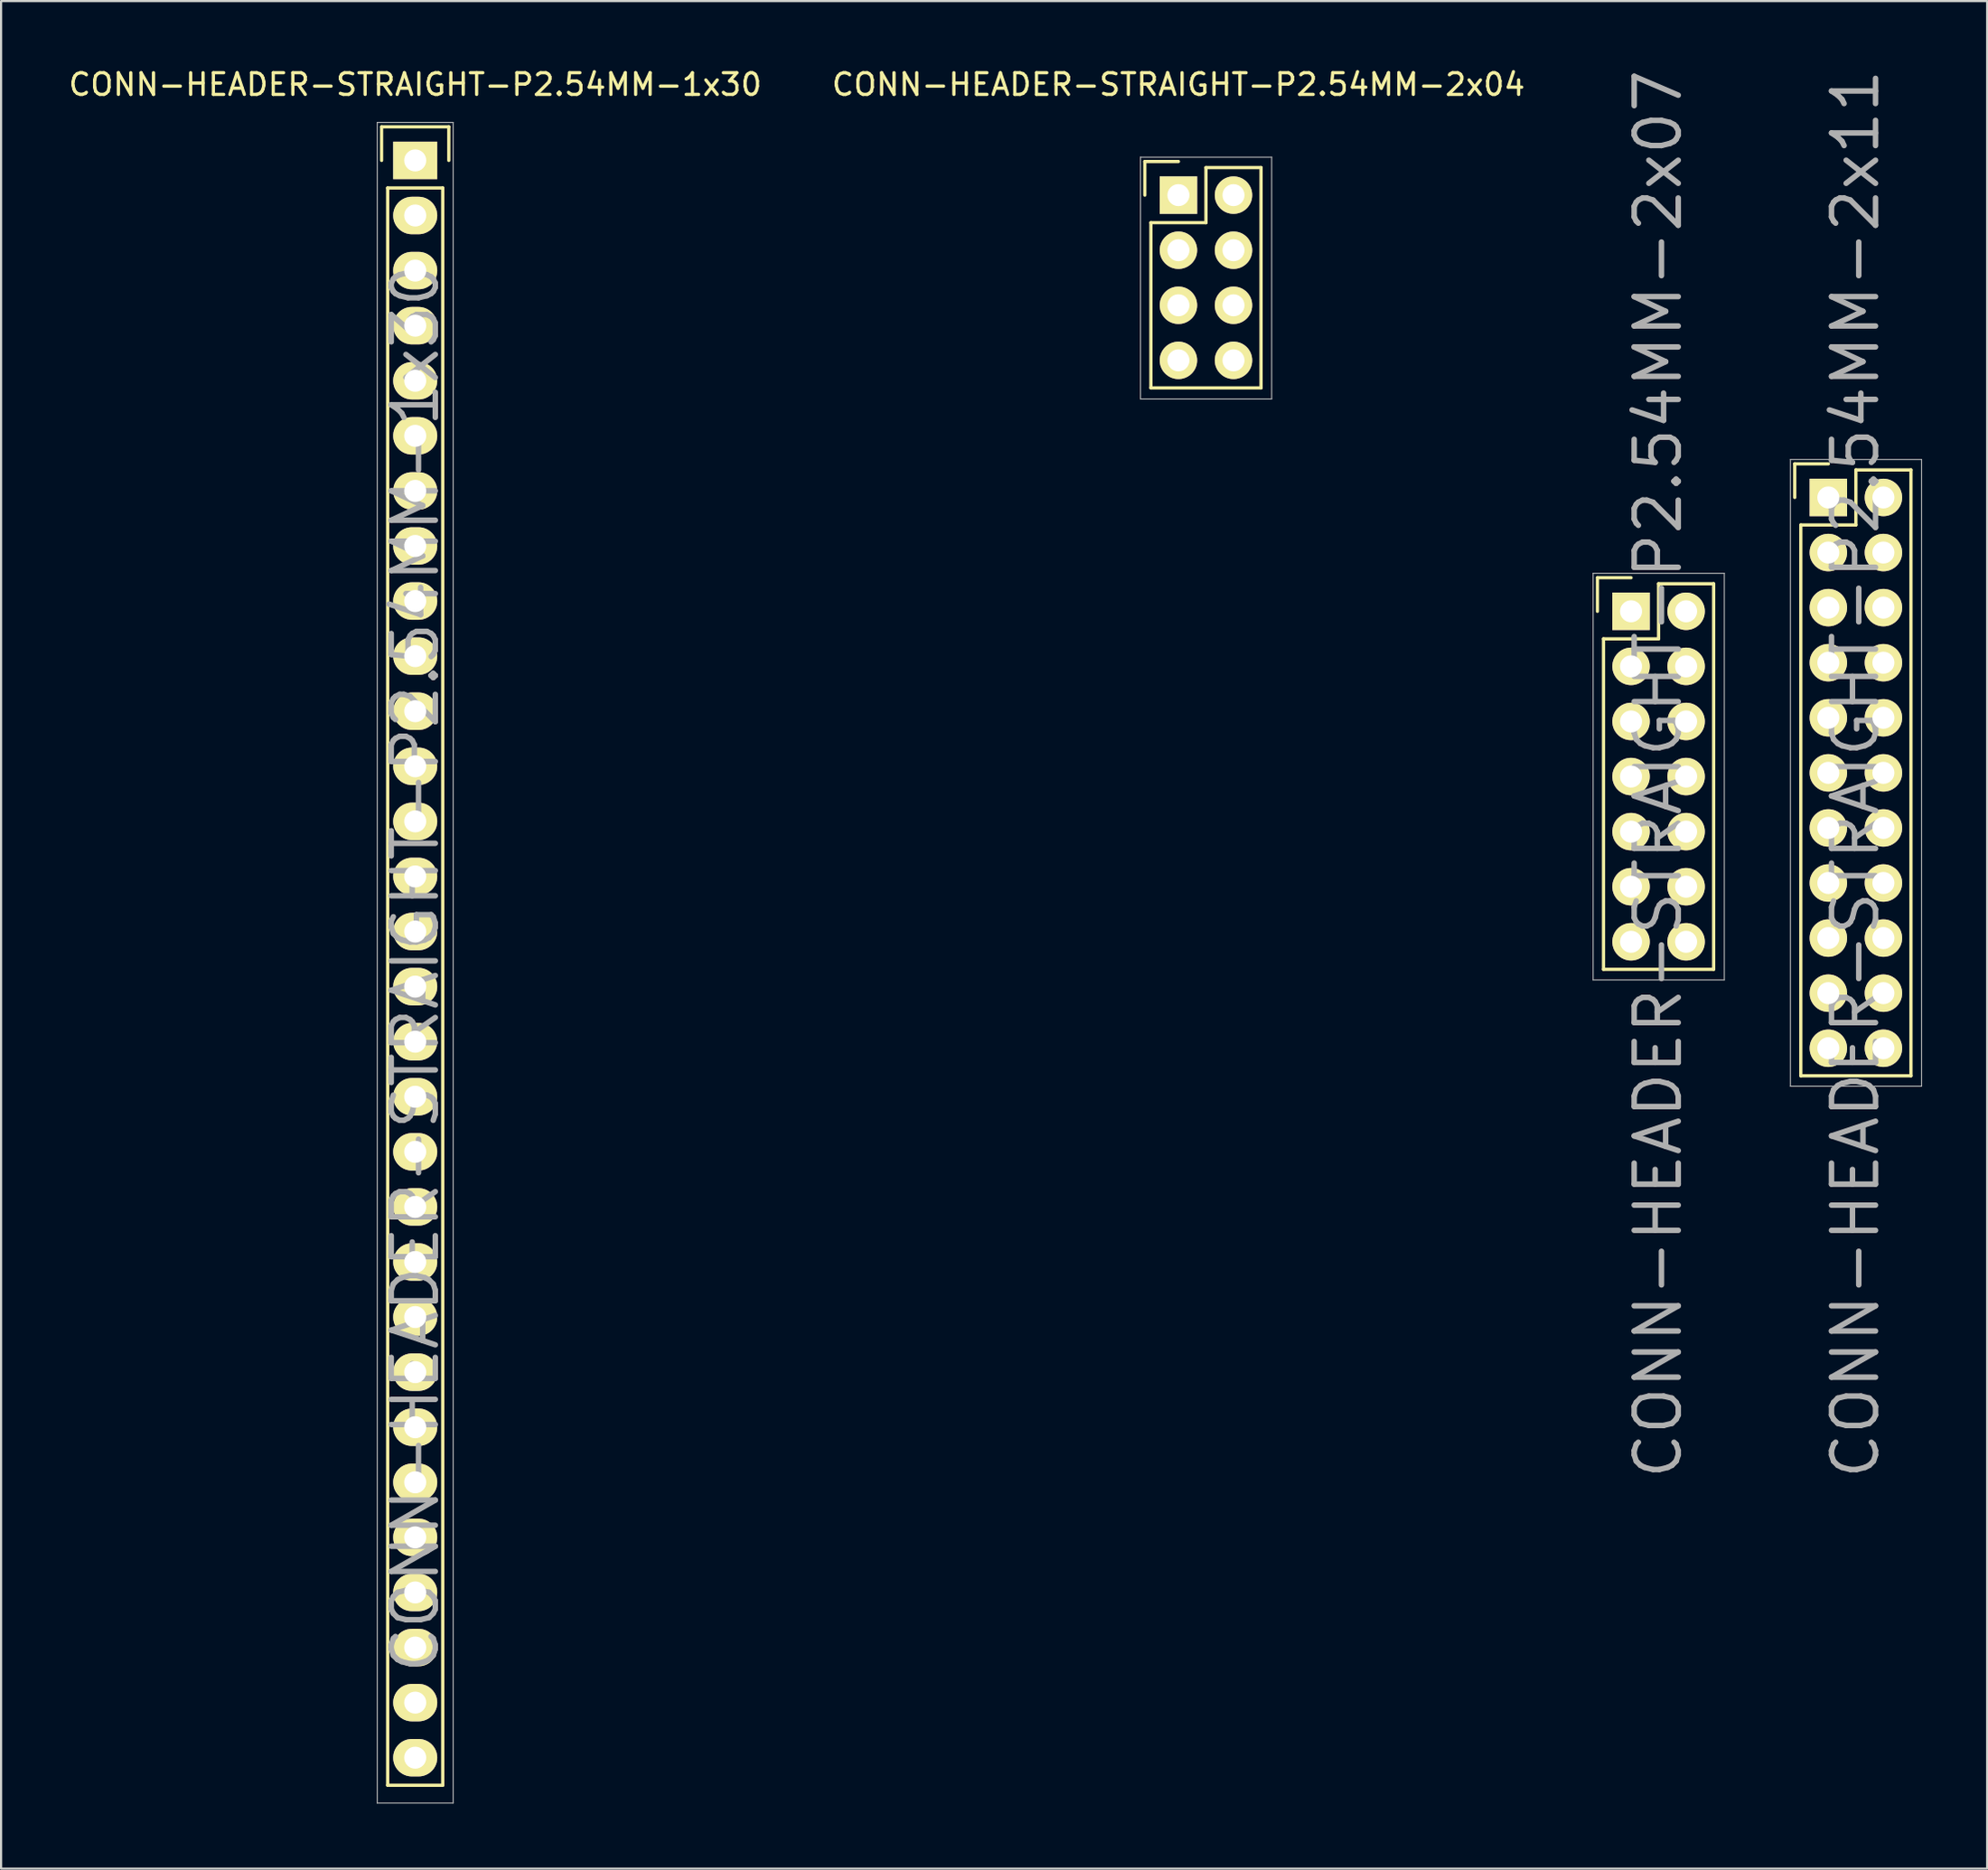
<source format=kicad_pcb>
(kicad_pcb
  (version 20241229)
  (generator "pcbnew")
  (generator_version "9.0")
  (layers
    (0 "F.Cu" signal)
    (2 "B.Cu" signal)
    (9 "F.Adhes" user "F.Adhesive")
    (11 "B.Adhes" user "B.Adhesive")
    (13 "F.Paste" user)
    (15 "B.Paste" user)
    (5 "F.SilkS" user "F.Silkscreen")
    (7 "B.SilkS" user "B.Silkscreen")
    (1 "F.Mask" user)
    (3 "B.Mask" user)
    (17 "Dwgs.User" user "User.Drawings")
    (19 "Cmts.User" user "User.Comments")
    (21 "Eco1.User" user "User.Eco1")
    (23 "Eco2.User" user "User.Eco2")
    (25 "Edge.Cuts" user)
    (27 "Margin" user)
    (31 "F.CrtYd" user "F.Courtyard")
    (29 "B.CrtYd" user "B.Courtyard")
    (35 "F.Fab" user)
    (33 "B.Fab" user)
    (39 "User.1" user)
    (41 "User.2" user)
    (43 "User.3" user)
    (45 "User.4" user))
  (footprint "CONN-HEADER-STRAIGHT-P2.54MM-2x11"
    (layer "F.Cu")
    (at 81.28 19.891)
    (property "Reference" "CONN-HEADER-STRAIGHT-P2.54MM-2x11" (at 1.25 12.75 90) (layer "F.Fab") (effects (font (size 2.032 2.032) (thickness 0.254))))
    (attr through_hole)
    (fp_line (start -1.55 -1.55) (end -1.55 0) (stroke (width 0.15) (type solid)) (layer "F.SilkS"))
    (fp_line (start -1.27 1.27) (end -1.27 26.67) (stroke (width 0.15) (type solid)) (layer "F.SilkS"))
    (fp_line (start 0 -1.55) (end -1.55 -1.55) (stroke (width 0.15) (type solid)) (layer "F.SilkS"))
    (fp_line (start 1.27 -1.27) (end 1.27 1.27) (stroke (width 0.15) (type solid)) (layer "F.SilkS"))
    (fp_line (start 1.27 1.27) (end -1.27 1.27) (stroke (width 0.15) (type solid)) (layer "F.SilkS"))
    (fp_line (start 3.81 -1.27) (end 1.27 -1.27) (stroke (width 0.15) (type solid)) (layer "F.SilkS"))
    (fp_line (start 3.81 26.67) (end -1.27 26.67) (stroke (width 0.15) (type solid)) (layer "F.SilkS"))
    (fp_line (start 3.81 26.67) (end 3.81 -1.27) (stroke (width 0.15) (type solid)) (layer "F.SilkS"))
    (fp_line (start -1.75 -1.75) (end -1.75 27.15) (stroke (width 0.05) (type solid)) (layer "F.Fab"))
    (fp_line (start -1.75 -1.75) (end 4.3 -1.75) (stroke (width 0.05) (type solid)) (layer "F.Fab"))
    (fp_line (start -1.75 27.15) (end 4.3 27.15) (stroke (width 0.05) (type solid)) (layer "F.Fab"))
    (fp_line (start 4.3 -1.75) (end 4.3 27.15) (stroke (width 0.05) (type solid)) (layer "F.Fab"))
    (pad "1" thru_hole rect (at 0 0) (size 1.727 1.727) (drill 1.016) (layers "*.Cu" "*.Mask" "F.SilkS"))
    (pad "2" thru_hole oval (at 2.54 0) (size 1.727 1.727) (drill 1.016) (layers "*.Cu" "*.Mask" "F.SilkS"))
    (pad "3" thru_hole oval (at 0 2.54) (size 1.727 1.727) (drill 1.016) (layers "*.Cu" "*.Mask" "F.SilkS"))
    (pad "4" thru_hole oval (at 2.54 2.54) (size 1.727 1.727) (drill 1.016) (layers "*.Cu" "*.Mask" "F.SilkS"))
    (pad "5" thru_hole oval (at 0 5.08) (size 1.727 1.727) (drill 1.016) (layers "*.Cu" "*.Mask" "F.SilkS"))
    (pad "6" thru_hole oval (at 2.54 5.08) (size 1.727 1.727) (drill 1.016) (layers "*.Cu" "*.Mask" "F.SilkS"))
    (pad "7" thru_hole oval (at 0 7.62) (size 1.727 1.727) (drill 1.016) (layers "*.Cu" "*.Mask" "F.SilkS"))
    (pad "8" thru_hole oval (at 2.54 7.62) (size 1.727 1.727) (drill 1.016) (layers "*.Cu" "*.Mask" "F.SilkS"))
    (pad "9" thru_hole oval (at 0 10.16) (size 1.727 1.727) (drill 1.016) (layers "*.Cu" "*.Mask" "F.SilkS"))
    (pad "10" thru_hole oval (at 2.54 10.16) (size 1.727 1.727) (drill 1.016) (layers "*.Cu" "*.Mask" "F.SilkS"))
    (pad "11" thru_hole oval (at 0 12.7) (size 1.727 1.727) (drill 1.016) (layers "*.Cu" "*.Mask" "F.SilkS"))
    (pad "12" thru_hole oval (at 2.54 12.7) (size 1.727 1.727) (drill 1.016) (layers "*.Cu" "*.Mask" "F.SilkS"))
    (pad "13" thru_hole oval (at 0 15.24) (size 1.727 1.727) (drill 1.016) (layers "*.Cu" "*.Mask" "F.SilkS"))
    (pad "14" thru_hole oval (at 2.54 15.24) (size 1.727 1.727) (drill 1.016) (layers "*.Cu" "*.Mask" "F.SilkS"))
    (pad "15" thru_hole oval (at 0 17.78) (size 1.727 1.727) (drill 1.016) (layers "*.Cu" "*.Mask" "F.SilkS"))
    (pad "16" thru_hole oval (at 2.54 17.78) (size 1.727 1.727) (drill 1.016) (layers "*.Cu" "*.Mask" "F.SilkS"))
    (pad "17" thru_hole oval (at 0 20.32) (size 1.727 1.727) (drill 1.016) (layers "*.Cu" "*.Mask" "F.SilkS"))
    (pad "18" thru_hole oval (at 2.54 20.32) (size 1.727 1.727) (drill 1.016) (layers "*.Cu" "*.Mask" "F.SilkS"))
    (pad "19" thru_hole oval (at 0 22.86) (size 1.727 1.727) (drill 1.016) (layers "*.Cu" "*.Mask" "F.SilkS"))
    (pad "20" thru_hole oval (at 2.54 22.86) (size 1.727 1.727) (drill 1.016) (layers "*.Cu" "*.Mask" "F.SilkS"))
    (pad "21" thru_hole oval (at 0 25.4) (size 1.727 1.727) (drill 1.016) (layers "*.Cu" "*.Mask" "F.SilkS"))
    (pad "22" thru_hole oval (at 2.54 25.4) (size 1.727 1.727) (drill 1.016) (layers "*.Cu" "*.Mask" "F.SilkS")))
  (footprint "CONN-HEADER-STRAIGHT-P2.54MM-2x07"
    (layer "F.Cu")
    (at 72.18 25.141)
    (property "Reference" "CONN-HEADER-STRAIGHT-P2.54MM-2x07" (at 1.25 7.5 90) (layer "F.Fab") (effects (font (size 2.032 2.032) (thickness 0.254))))
    (attr through_hole)
    (fp_line (start -1.55 -1.55) (end -1.55 0) (stroke (width 0.15) (type solid)) (layer "F.SilkS"))
    (fp_line (start -1.27 1.27) (end -1.27 16.51) (stroke (width 0.15) (type solid)) (layer "F.SilkS"))
    (fp_line (start 0 -1.55) (end -1.55 -1.55) (stroke (width 0.15) (type solid)) (layer "F.SilkS"))
    (fp_line (start 1.27 -1.27) (end 1.27 1.27) (stroke (width 0.15) (type solid)) (layer "F.SilkS"))
    (fp_line (start 1.27 1.27) (end -1.27 1.27) (stroke (width 0.15) (type solid)) (layer "F.SilkS"))
    (fp_line (start 3.81 -1.27) (end 1.27 -1.27) (stroke (width 0.15) (type solid)) (layer "F.SilkS"))
    (fp_line (start 3.81 16.51) (end -1.27 16.51) (stroke (width 0.15) (type solid)) (layer "F.SilkS"))
    (fp_line (start 3.81 16.51) (end 3.81 -1.27) (stroke (width 0.15) (type solid)) (layer "F.SilkS"))
    (fp_line (start -1.75 -1.75) (end -1.75 17) (stroke (width 0.05) (type solid)) (layer "F.Fab"))
    (fp_line (start -1.75 -1.75) (end 4.3 -1.75) (stroke (width 0.05) (type solid)) (layer "F.Fab"))
    (fp_line (start -1.75 17) (end 4.3 17) (stroke (width 0.05) (type solid)) (layer "F.Fab"))
    (fp_line (start 4.3 -1.75) (end 4.3 17) (stroke (width 0.05) (type solid)) (layer "F.Fab"))
    (pad "1" thru_hole rect (at 0 0) (size 1.727 1.727) (drill 1.016) (layers "*.Cu" "*.Mask" "F.SilkS"))
    (pad "2" thru_hole oval (at 2.54 0) (size 1.727 1.727) (drill 1.016) (layers "*.Cu" "*.Mask" "F.SilkS"))
    (pad "3" thru_hole oval (at 0 2.54) (size 1.727 1.727) (drill 1.016) (layers "*.Cu" "*.Mask" "F.SilkS"))
    (pad "4" thru_hole oval (at 2.54 2.54) (size 1.727 1.727) (drill 1.016) (layers "*.Cu" "*.Mask" "F.SilkS"))
    (pad "5" thru_hole oval (at 0 5.08) (size 1.727 1.727) (drill 1.016) (layers "*.Cu" "*.Mask" "F.SilkS"))
    (pad "6" thru_hole oval (at 2.54 5.08) (size 1.727 1.727) (drill 1.016) (layers "*.Cu" "*.Mask" "F.SilkS"))
    (pad "7" thru_hole oval (at 0 7.62) (size 1.727 1.727) (drill 1.016) (layers "*.Cu" "*.Mask" "F.SilkS"))
    (pad "8" thru_hole oval (at 2.54 7.62) (size 1.727 1.727) (drill 1.016) (layers "*.Cu" "*.Mask" "F.SilkS"))
    (pad "9" thru_hole oval (at 0 10.16) (size 1.727 1.727) (drill 1.016) (layers "*.Cu" "*.Mask" "F.SilkS"))
    (pad "10" thru_hole oval (at 2.54 10.16) (size 1.727 1.727) (drill 1.016) (layers "*.Cu" "*.Mask" "F.SilkS"))
    (pad "11" thru_hole oval (at 0 12.7) (size 1.727 1.727) (drill 1.016) (layers "*.Cu" "*.Mask" "F.SilkS"))
    (pad "12" thru_hole oval (at 2.54 12.7) (size 1.727 1.727) (drill 1.016) (layers "*.Cu" "*.Mask" "F.SilkS"))
    (pad "13" thru_hole oval (at 0 15.24) (size 1.727 1.727) (drill 1.016) (layers "*.Cu" "*.Mask" "F.SilkS"))
    (pad "14" thru_hole oval (at 2.54 15.24) (size 1.727 1.727) (drill 1.016) (layers "*.Cu" "*.Mask" "F.SilkS")))
  (footprint "CONN-HEADER-STRAIGHT-P2.54MM-2x04"
    (layer "F.Cu")
    (at 51.304 5.948)
    (property "Reference" "CONN-HEADER-STRAIGHT-P2.54MM-2x04" (at 0 -5.1 0) (layer "F.SilkS") (effects (font (size 1 1) (thickness 0.15))))
    (attr through_hole)
    (fp_line (start -1.55 -1.55) (end -1.55 0) (stroke (width 0.15) (type solid)) (layer "F.SilkS"))
    (fp_line (start -1.27 1.27) (end -1.27 8.89) (stroke (width 0.15) (type solid)) (layer "F.SilkS"))
    (fp_line (start -1.27 8.89) (end 3.81 8.89) (stroke (width 0.15) (type solid)) (layer "F.SilkS"))
    (fp_line (start 0 -1.55) (end -1.55 -1.55) (stroke (width 0.15) (type solid)) (layer "F.SilkS"))
    (fp_line (start 1.27 -1.27) (end 1.27 1.27) (stroke (width 0.15) (type solid)) (layer "F.SilkS"))
    (fp_line (start 1.27 1.27) (end -1.27 1.27) (stroke (width 0.15) (type solid)) (layer "F.SilkS"))
    (fp_line (start 3.81 -1.27) (end 1.27 -1.27) (stroke (width 0.15) (type solid)) (layer "F.SilkS"))
    (fp_line (start 3.81 8.89) (end 3.81 -1.27) (stroke (width 0.15) (type solid)) (layer "F.SilkS"))
    (fp_line (start -1.75 -1.75) (end -1.75 9.4) (stroke (width 0.05) (type solid)) (layer "F.Fab"))
    (fp_line (start -1.75 -1.75) (end 4.3 -1.75) (stroke (width 0.05) (type solid)) (layer "F.Fab"))
    (fp_line (start -1.75 9.4) (end 4.3 9.4) (stroke (width 0.05) (type solid)) (layer "F.Fab"))
    (fp_line (start 4.3 -1.75) (end 4.3 9.4) (stroke (width 0.05) (type solid)) (layer "F.Fab"))
    (pad "1" thru_hole rect (at 0 0) (size 1.727 1.727) (drill 1.016) (layers "*.Cu" "*.Mask" "F.SilkS"))
    (pad "2" thru_hole oval (at 2.54 0) (size 1.727 1.727) (drill 1.016) (layers "*.Cu" "*.Mask" "F.SilkS"))
    (pad "3" thru_hole oval (at 0 2.54) (size 1.727 1.727) (drill 1.016) (layers "*.Cu" "*.Mask" "F.SilkS"))
    (pad "4" thru_hole oval (at 2.54 2.54) (size 1.727 1.727) (drill 1.016) (layers "*.Cu" "*.Mask" "F.SilkS"))
    (pad "5" thru_hole oval (at 0 5.08) (size 1.727 1.727) (drill 1.016) (layers "*.Cu" "*.Mask" "F.SilkS"))
    (pad "6" thru_hole oval (at 2.54 5.08) (size 1.727 1.727) (drill 1.016) (layers "*.Cu" "*.Mask" "F.SilkS"))
    (pad "7" thru_hole oval (at 0 7.62) (size 1.727 1.727) (drill 1.016) (layers "*.Cu" "*.Mask" "F.SilkS"))
    (pad "8" thru_hole oval (at 2.54 7.62) (size 1.727 1.727) (drill 1.016) (layers "*.Cu" "*.Mask" "F.SilkS")))
  (footprint "CONN-HEADER-STRAIGHT-P2.54MM-1x30"
    (layer "F.Cu")
    (at 16.101 4.348)
    (property "Reference" "CONN-HEADER-STRAIGHT-P2.54MM-1x30" (at 0 37.25 90) (layer "F.Fab") (effects (font (size 2.032 2.032) (thickness 0.254))))
    (attr through_hole)
    (fp_line (start -1.55 -1.55) (end 1.55 -1.55) (stroke (width 0.15) (type solid)) (layer "F.SilkS"))
    (fp_line (start -1.55 0) (end -1.55 -1.55) (stroke (width 0.15) (type solid)) (layer "F.SilkS"))
    (fp_line (start -1.27 1.27) (end -1.27 74.93) (stroke (width 0.15) (type solid)) (layer "F.SilkS"))
    (fp_line (start -1.27 74.93) (end 1.27 74.93) (stroke (width 0.15) (type solid)) (layer "F.SilkS"))
    (fp_line (start 1.27 1.27) (end -1.27 1.27) (stroke (width 0.15) (type solid)) (layer "F.SilkS"))
    (fp_line (start 1.27 74.93) (end 1.27 1.27) (stroke (width 0.15) (type solid)) (layer "F.SilkS"))
    (fp_line (start 1.55 -1.55) (end 1.55 0) (stroke (width 0.15) (type solid)) (layer "F.SilkS"))
    (fp_line (start -1.75 -1.75) (end 1.75 -1.75) (stroke (width 0.051) (type solid)) (layer "F.Fab"))
    (fp_line (start -1.75 75.75) (end -1.75 -1.75) (stroke (width 0.051) (type solid)) (layer "F.Fab"))
    (fp_line (start 1.75 -1.75) (end 1.75 75.75) (stroke (width 0.051) (type solid)) (layer "F.Fab"))
    (fp_line (start 1.75 75.75) (end -1.75 75.75) (stroke (width 0.051) (type solid)) (layer "F.Fab"))
    (fp_text user "${REFERENCE}" (at 0 -3.5 0) (layer "F.SilkS") (effects (font (size 1 1) (thickness 0.15))))
    (pad "1" thru_hole rect (at 0 0) (size 2.032 1.727) (drill 1.016) (layers "*.Cu" "*.Mask" "F.SilkS"))
    (pad "2" thru_hole oval (at 0 2.54) (size 2.032 1.727) (drill 1.016) (layers "*.Cu" "*.Mask" "F.SilkS"))
    (pad "3" thru_hole oval (at 0 5.08) (size 2.032 1.727) (drill 1.016) (layers "*.Cu" "*.Mask" "F.SilkS"))
    (pad "4" thru_hole oval (at 0 7.62) (size 2.032 1.727) (drill 1.016) (layers "*.Cu" "*.Mask" "F.SilkS"))
    (pad "5" thru_hole oval (at 0 10.16) (size 2.032 1.727) (drill 1.016) (layers "*.Cu" "*.Mask" "F.SilkS"))
    (pad "6" thru_hole oval (at 0 12.7) (size 2.032 1.727) (drill 1.016) (layers "*.Cu" "*.Mask" "F.SilkS"))
    (pad "7" thru_hole oval (at 0 15.24) (size 2.032 1.727) (drill 1.016) (layers "*.Cu" "*.Mask" "F.SilkS"))
    (pad "8" thru_hole oval (at 0 17.78) (size 2.032 1.727) (drill 1.016) (layers "*.Cu" "*.Mask" "F.SilkS"))
    (pad "9" thru_hole oval (at 0 20.32) (size 2.032 1.727) (drill 1.016) (layers "*.Cu" "*.Mask" "F.SilkS"))
    (pad "10" thru_hole oval (at 0 22.86) (size 2.032 1.727) (drill 1.016) (layers "*.Cu" "*.Mask" "F.SilkS"))
    (pad "11" thru_hole oval (at 0 25.4) (size 2.032 1.727) (drill 1.016) (layers "*.Cu" "*.Mask" "F.SilkS"))
    (pad "12" thru_hole oval (at 0 27.94) (size 2.032 1.727) (drill 1.016) (layers "*.Cu" "*.Mask" "F.SilkS"))
    (pad "13" thru_hole oval (at 0 30.48) (size 2.032 1.727) (drill 1.016) (layers "*.Cu" "*.Mask" "F.SilkS"))
    (pad "14" thru_hole oval (at 0 33.02) (size 2.032 1.727) (drill 1.016) (layers "*.Cu" "*.Mask" "F.SilkS"))
    (pad "15" thru_hole oval (at 0 35.56) (size 2.032 1.727) (drill 1.016) (layers "*.Cu" "*.Mask" "F.SilkS"))
    (pad "16" thru_hole oval (at 0 38.1) (size 2.032 1.727) (drill 1.016) (layers "*.Cu" "*.Mask" "F.SilkS"))
    (pad "17" thru_hole oval (at 0 40.64) (size 2.032 1.727) (drill 1.016) (layers "*.Cu" "*.Mask" "F.SilkS"))
    (pad "18" thru_hole oval (at 0 43.18) (size 2.032 1.727) (drill 1.016) (layers "*.Cu" "*.Mask" "F.SilkS"))
    (pad "19" thru_hole oval (at 0 45.72) (size 2.032 1.727) (drill 1.016) (layers "*.Cu" "*.Mask" "F.SilkS"))
    (pad "20" thru_hole oval (at 0 48.26) (size 2.032 1.727) (drill 1.016) (layers "*.Cu" "*.Mask" "F.SilkS"))
    (pad "21" thru_hole oval (at 0 50.8) (size 2.032 1.727) (drill 1.016) (layers "*.Cu" "*.Mask" "F.SilkS"))
    (pad "22" thru_hole oval (at 0 53.34) (size 2.032 1.727) (drill 1.016) (layers "*.Cu" "*.Mask" "F.SilkS"))
    (pad "23" thru_hole oval (at 0 55.88) (size 2.032 1.727) (drill 1.016) (layers "*.Cu" "*.Mask" "F.SilkS"))
    (pad "24" thru_hole oval (at 0 58.42) (size 2.032 1.727) (drill 1.016) (layers "*.Cu" "*.Mask" "F.SilkS"))
    (pad "25" thru_hole oval (at 0 60.96) (size 2.032 1.727) (drill 1.016) (layers "*.Cu" "*.Mask" "F.SilkS"))
    (pad "26" thru_hole oval (at 0 63.5) (size 2.032 1.727) (drill 1.016) (layers "*.Cu" "*.Mask" "F.SilkS"))
    (pad "27" thru_hole oval (at 0 66.04) (size 2.032 1.727) (drill 1.016) (layers "*.Cu" "*.Mask" "F.SilkS"))
    (pad "28" thru_hole oval (at 0 68.58) (size 2.032 1.727) (drill 1.016) (layers "*.Cu" "*.Mask" "F.SilkS"))
    (pad "29" thru_hole oval (at 0 71.12) (size 2.032 1.727) (drill 1.016) (layers "*.Cu" "*.Mask" "F.SilkS"))
    (pad "30" thru_hole oval (at 0 73.66) (size 2.032 1.727) (drill 1.016) (layers "*.Cu" "*.Mask" "F.SilkS")))
  (gr_rect
    (start -3 -3)
    (end 88.605 83.124)
    (stroke (width 0.1) (type default))
    (fill no)
    (layer "Edge.Cuts")))
</source>
